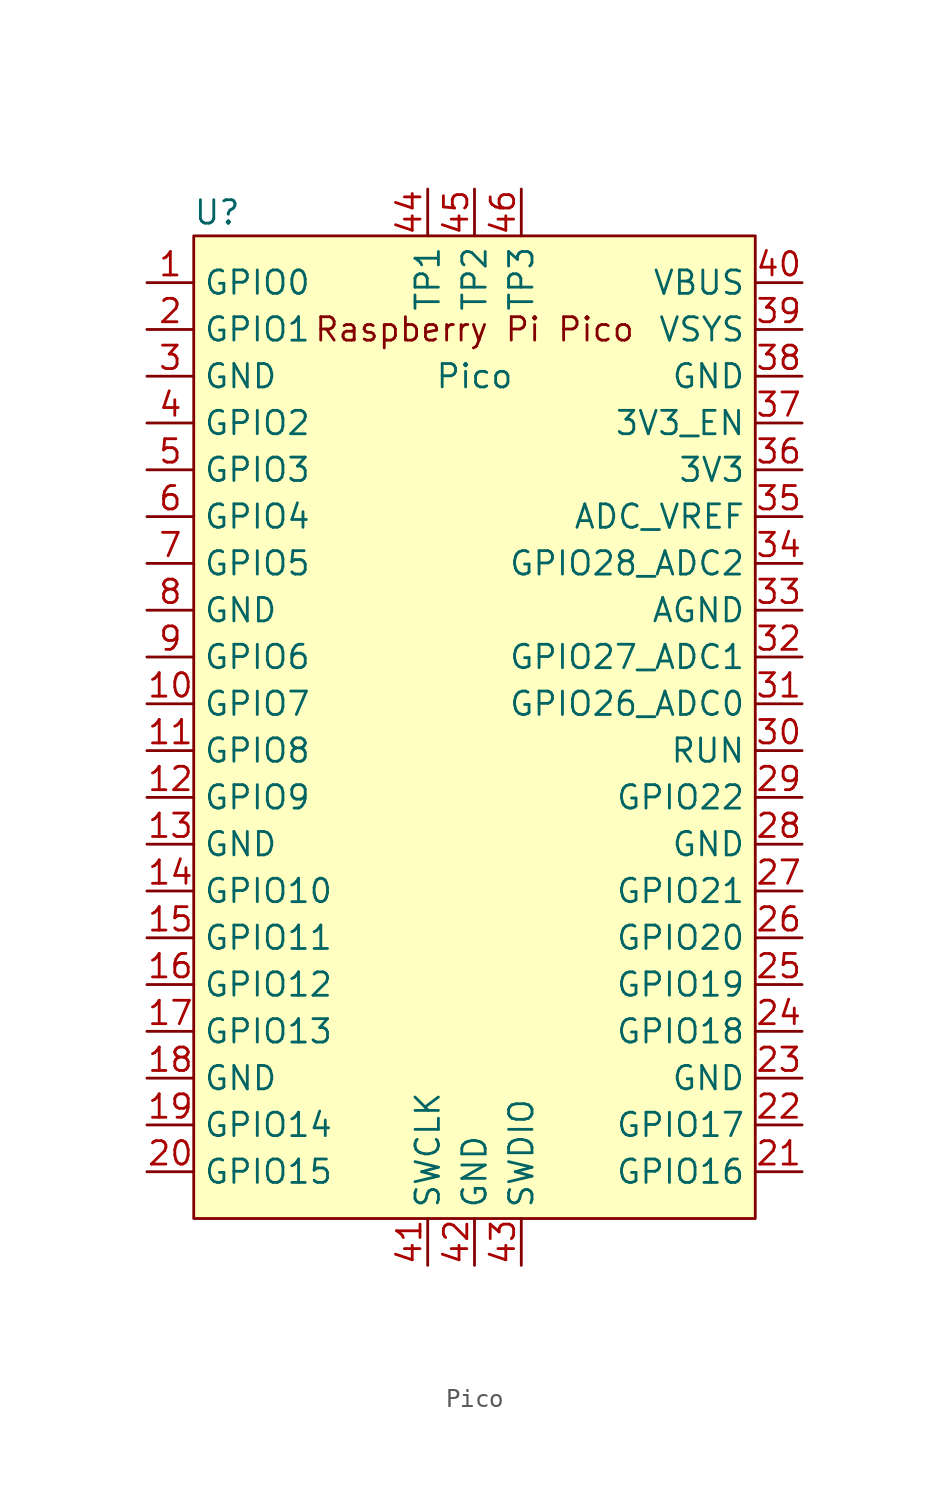
<source format=kicad_sym>
(kicad_symbol_lib
  (version 20211014)
  (generator kicad_symbol_editor)
  (symbol "Pico"
    (property "Reference" "U"
      (at -13.97 27.94 0)
      (effects (font (size 1.27 1.27))))
    (property "Value" "Pico"
      (at 0 19.05 0)
      (effects (font (size 1.27 1.27))))
    (symbol "Pico_0_0"
      (text "Raspberry Pi Pico" (at 0 21.59 0) (effects (font (size 1.27 1.27)))))
    (symbol "Pico_0_1"
      (rectangle (start -15.24 26.67) (end 15.24 -26.67) (stroke (width 0) (type default) (color 0 0 0 0)) (fill (type background))))
    (symbol "Pico_1_1"
      (pin bidirectional line (at -17.78 24.13 0) (length 2.54) (name "GPIO0" (effects (font (size 1.27 1.27)))) (number "1" (effects (font (size 1.27 1.27)))))
      (pin bidirectional line (at -17.78 1.27 0) (length 2.54) (name "GPIO7" (effects (font (size 1.27 1.27)))) (number "10" (effects (font (size 1.27 1.27)))))
      (pin bidirectional line (at -17.78 -1.27 0) (length 2.54) (name "GPIO8" (effects (font (size 1.27 1.27)))) (number "11" (effects (font (size 1.27 1.27)))))
      (pin bidirectional line (at -17.78 -3.81 0) (length 2.54) (name "GPIO9" (effects (font (size 1.27 1.27)))) (number "12" (effects (font (size 1.27 1.27)))))
      (pin power_in line (at -17.78 -6.35 0) (length 2.54) (name "GND" (effects (font (size 1.27 1.27)))) (number "13" (effects (font (size 1.27 1.27)))))
      (pin bidirectional line (at -17.78 -8.89 0) (length 2.54) (name "GPIO10" (effects (font (size 1.27 1.27)))) (number "14" (effects (font (size 1.27 1.27)))))
      (pin bidirectional line (at -17.78 -11.43 0) (length 2.54) (name "GPIO11" (effects (font (size 1.27 1.27)))) (number "15" (effects (font (size 1.27 1.27)))))
      (pin bidirectional line (at -17.78 -13.97 0) (length 2.54) (name "GPIO12" (effects (font (size 1.27 1.27)))) (number "16" (effects (font (size 1.27 1.27)))))
      (pin bidirectional line (at -17.78 -16.51 0) (length 2.54) (name "GPIO13" (effects (font (size 1.27 1.27)))) (number "17" (effects (font (size 1.27 1.27)))))
      (pin power_in line (at -17.78 -19.05 0) (length 2.54) (name "GND" (effects (font (size 1.27 1.27)))) (number "18" (effects (font (size 1.27 1.27)))))
      (pin bidirectional line (at -17.78 -21.59 0) (length 2.54) (name "GPIO14" (effects (font (size 1.27 1.27)))) (number "19" (effects (font (size 1.27 1.27)))))
      (pin bidirectional line (at -17.78 21.59 0) (length 2.54) (name "GPIO1" (effects (font (size 1.27 1.27)))) (number "2" (effects (font (size 1.27 1.27)))))
      (pin bidirectional line (at -17.78 -24.13 0) (length 2.54) (name "GPIO15" (effects (font (size 1.27 1.27)))) (number "20" (effects (font (size 1.27 1.27)))))
      (pin bidirectional line (at 17.78 -24.13 180) (length 2.54) (name "GPIO16" (effects (font (size 1.27 1.27)))) (number "21" (effects (font (size 1.27 1.27)))))
      (pin bidirectional line (at 17.78 -21.59 180) (length 2.54) (name "GPIO17" (effects (font (size 1.27 1.27)))) (number "22" (effects (font (size 1.27 1.27)))))
      (pin power_in line (at 17.78 -19.05 180) (length 2.54) (name "GND" (effects (font (size 1.27 1.27)))) (number "23" (effects (font (size 1.27 1.27)))))
      (pin bidirectional line (at 17.78 -16.51 180) (length 2.54) (name "GPIO18" (effects (font (size 1.27 1.27)))) (number "24" (effects (font (size 1.27 1.27)))))
      (pin bidirectional line (at 17.78 -13.97 180) (length 2.54) (name "GPIO19" (effects (font (size 1.27 1.27)))) (number "25" (effects (font (size 1.27 1.27)))))
      (pin bidirectional line (at 17.78 -11.43 180) (length 2.54) (name "GPIO20" (effects (font (size 1.27 1.27)))) (number "26" (effects (font (size 1.27 1.27)))))
      (pin bidirectional line (at 17.78 -8.89 180) (length 2.54) (name "GPIO21" (effects (font (size 1.27 1.27)))) (number "27" (effects (font (size 1.27 1.27)))))
      (pin power_in line (at 17.78 -6.35 180) (length 2.54) (name "GND" (effects (font (size 1.27 1.27)))) (number "28" (effects (font (size 1.27 1.27)))))
      (pin bidirectional line (at 17.78 -3.81 180) (length 2.54) (name "GPIO22" (effects (font (size 1.27 1.27)))) (number "29" (effects (font (size 1.27 1.27)))))
      (pin power_in line (at -17.78 19.05 0) (length 2.54) (name "GND" (effects (font (size 1.27 1.27)))) (number "3" (effects (font (size 1.27 1.27)))))
      (pin input line (at 17.78 -1.27 180) (length 2.54) (name "RUN" (effects (font (size 1.27 1.27)))) (number "30" (effects (font (size 1.27 1.27)))))
      (pin bidirectional line (at 17.78 1.27 180) (length 2.54) (name "GPIO26_ADC0" (effects (font (size 1.27 1.27)))) (number "31" (effects (font (size 1.27 1.27)))))
      (pin bidirectional line (at 17.78 3.81 180) (length 2.54) (name "GPIO27_ADC1" (effects (font (size 1.27 1.27)))) (number "32" (effects (font (size 1.27 1.27)))))
      (pin power_in line (at 17.78 6.35 180) (length 2.54) (name "AGND" (effects (font (size 1.27 1.27)))) (number "33" (effects (font (size 1.27 1.27)))))
      (pin bidirectional line (at 17.78 8.89 180) (length 2.54) (name "GPIO28_ADC2" (effects (font (size 1.27 1.27)))) (number "34" (effects (font (size 1.27 1.27)))))
      (pin power_in line (at 17.78 11.43 180) (length 2.54) (name "ADC_VREF" (effects (font (size 1.27 1.27)))) (number "35" (effects (font (size 1.27 1.27)))))
      (pin power_in line (at 17.78 13.97 180) (length 2.54) (name "3V3" (effects (font (size 1.27 1.27)))) (number "36" (effects (font (size 1.27 1.27)))))
      (pin input line (at 17.78 16.51 180) (length 2.54) (name "3V3_EN" (effects (font (size 1.27 1.27)))) (number "37" (effects (font (size 1.27 1.27)))))
      (pin bidirectional line (at 17.78 19.05 180) (length 2.54) (name "GND" (effects (font (size 1.27 1.27)))) (number "38" (effects (font (size 1.27 1.27)))))
      (pin power_in line (at 17.78 21.59 180) (length 2.54) (name "VSYS" (effects (font (size 1.27 1.27)))) (number "39" (effects (font (size 1.27 1.27)))))
      (pin bidirectional line (at -17.78 16.51 0) (length 2.54) (name "GPIO2" (effects (font (size 1.27 1.27)))) (number "4" (effects (font (size 1.27 1.27)))))
      (pin power_in line (at 17.78 24.13 180) (length 2.54) (name "VBUS" (effects (font (size 1.27 1.27)))) (number "40" (effects (font (size 1.27 1.27)))))
      (pin input line (at -2.54 -29.21 90) (length 2.54) (name "SWCLK" (effects (font (size 1.27 1.27)))) (number "41" (effects (font (size 1.27 1.27)))))
      (pin power_in line (at 0 -29.21 90) (length 2.54) (name "GND" (effects (font (size 1.27 1.27)))) (number "42" (effects (font (size 1.27 1.27)))))
      (pin bidirectional line (at 2.54 -29.21 90) (length 2.54) (name "SWDIO" (effects (font (size 1.27 1.27)))) (number "43" (effects (font (size 1.27 1.27)))))
      (pin bidirectional line (at -2.54 29.21 270) (length 2.54) (name "TP1" (effects (font (size 1.27 1.27)))) (number "44" (effects (font (size 1.27 1.27)))))
      (pin bidirectional line (at 0 29.21 270) (length 2.54) (name "TP2" (effects (font (size 1.27 1.27)))) (number "45" (effects (font (size 1.27 1.27)))))
      (pin bidirectional line (at 2.54 29.21 270) (length 2.54) (name "TP3" (effects (font (size 1.27 1.27)))) (number "46" (effects (font (size 1.27 1.27)))))
      (pin bidirectional line (at -17.78 13.97 0) (length 2.54) (name "GPIO3" (effects (font (size 1.27 1.27)))) (number "5" (effects (font (size 1.27 1.27)))))
      (pin bidirectional line (at -17.78 11.43 0) (length 2.54) (name "GPIO4" (effects (font (size 1.27 1.27)))) (number "6" (effects (font (size 1.27 1.27)))))
      (pin bidirectional line (at -17.78 8.89 0) (length 2.54) (name "GPIO5" (effects (font (size 1.27 1.27)))) (number "7" (effects (font (size 1.27 1.27)))))
      (pin power_in line (at -17.78 6.35 0) (length 2.54) (name "GND" (effects (font (size 1.27 1.27)))) (number "8" (effects (font (size 1.27 1.27)))))
      (pin bidirectional line (at -17.78 3.81 0) (length 2.54) (name "GPIO6" (effects (font (size 1.27 1.27)))) (number "9" (effects (font (size 1.27 1.27))))))))
</source>
